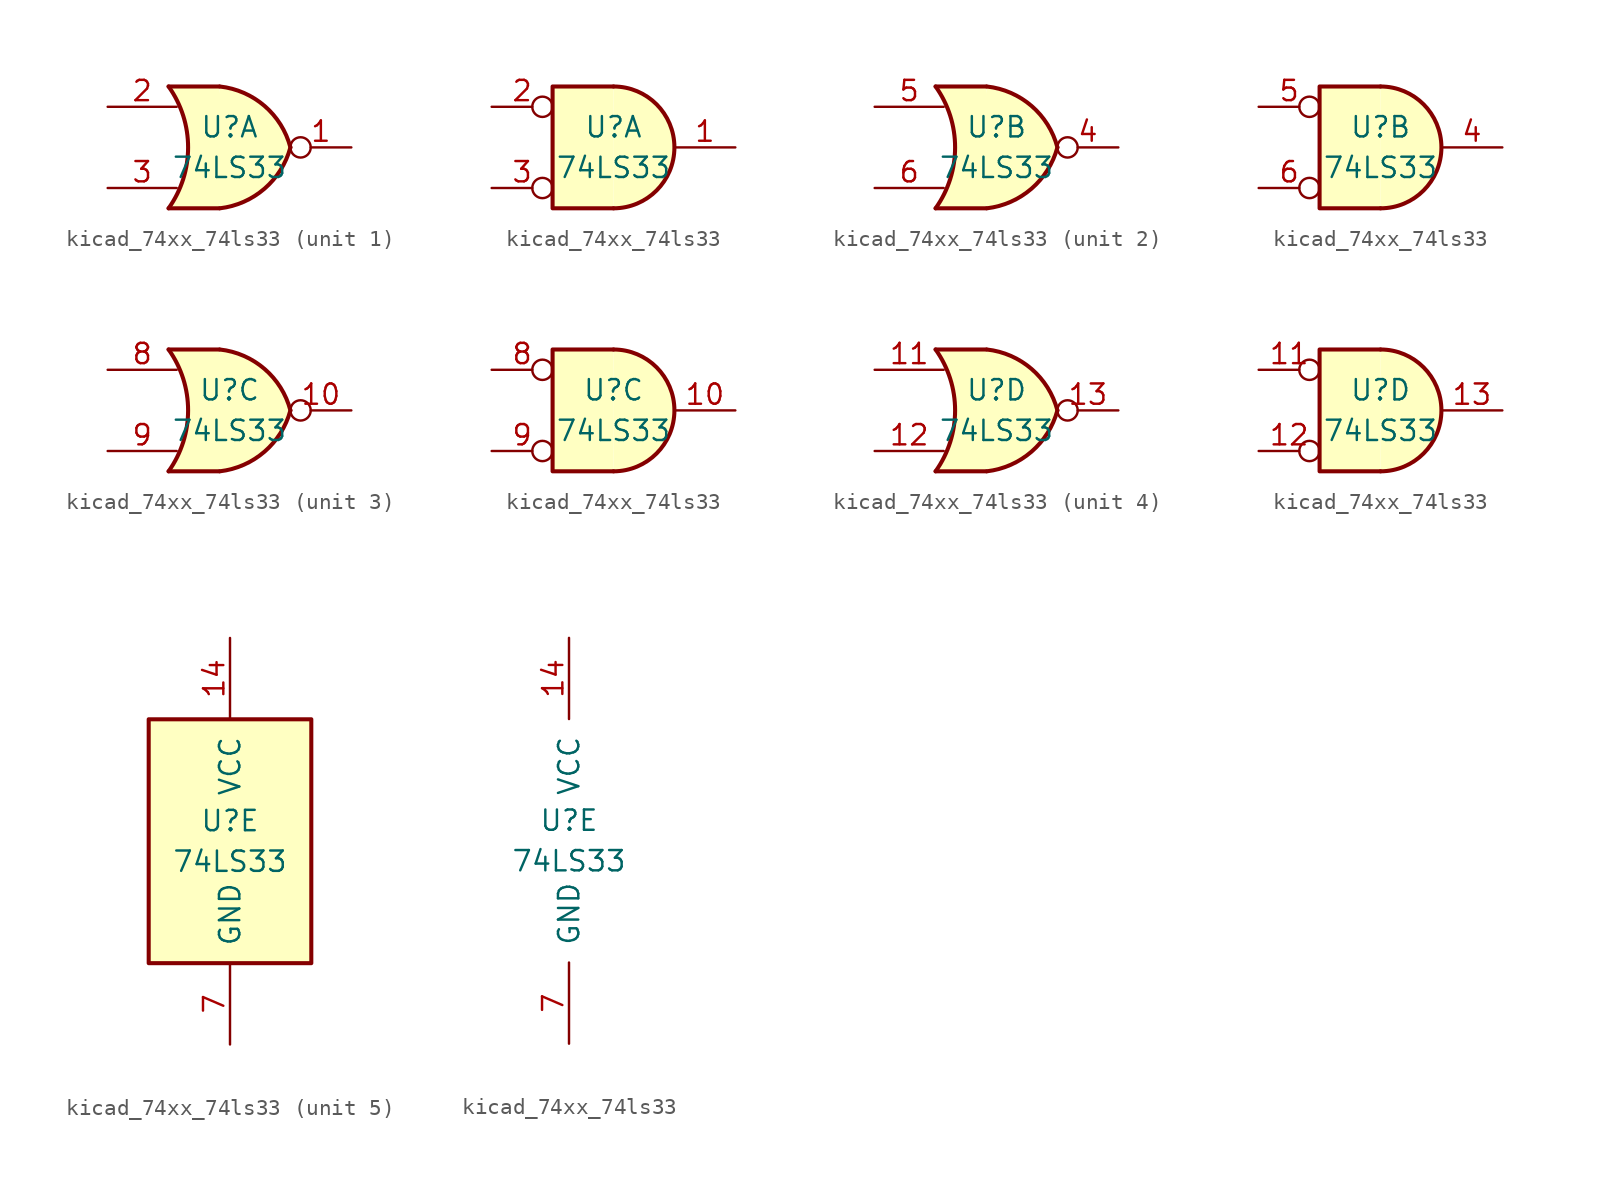
<source format=kicad_sym>
(kicad_symbol_lib
  (version 20220914)
  (generator kicad_symbol_editor)
  (symbol "kicad_74xx_74ls33"
    (pin_names
      (offset 1.016))
    (property "Reference" "U"
      (at 0 1.27 0)
      (effects (font (size 1.27 1.27))))
    (property "Value" "74LS33"
      (at 0 -1.27 0)
      (effects (font (size 1.27 1.27))))
    (property "ki_locked" ""
      (at 0 0 0)
      (effects (font (size 1.27 1.27))))
    (symbol "kicad_74xx_74ls33_1_1"
      (arc (start -3.81 -3.81) (mid -2.589 0) (end -3.81 3.81) (stroke (width 0.254) (type default)) (fill (type none)))
      (arc (start -0.6096 -3.81) (mid 2.1842 -2.5851) (end 3.81 0) (stroke (width 0.254) (type default)) (fill (type background)))
      (polyline (pts (xy -3.81 -3.81) (xy -0.635 -3.81)) (stroke (width 0.254) (type default)) (fill (type background)))
      (polyline (pts (xy -3.81 3.81) (xy -0.635 3.81)) (stroke (width 0.254) (type default)) (fill (type background)))
      (polyline (pts (xy -0.635 3.81) (xy -3.81 3.81) (xy -3.81 3.81) (xy -3.556 3.404) (xy -3.023 2.261) (xy -2.692 1.041) (xy -2.616 -0.254) (xy -2.769 -1.499) (xy -3.175 -2.718) (xy -3.81 -3.81) (xy -3.81 -3.81) (xy -0.635 -3.81)) (stroke (width -25.4) (type default)) (fill (type background)))
      (arc (start 3.81 0) (mid 2.1915 2.5936) (end -0.6096 3.81) (stroke (width 0.254) (type default)) (fill (type background)))
      (pin open_collector inverted (at 7.62 0 180) (length 3.81) (name "~" (effects (font (size 1.27 1.27)))) (number "1" (effects (font (size 1.27 1.27)))))
      (pin input line (at -7.62 2.54 0) (length 4.318) (name "~" (effects (font (size 1.27 1.27)))) (number "2" (effects (font (size 1.27 1.27)))))
      (pin input line (at -7.62 -2.54 0) (length 4.318) (name "~" (effects (font (size 1.27 1.27)))) (number "3" (effects (font (size 1.27 1.27))))))
    (symbol "kicad_74xx_74ls33_1_2"
      (arc (start 0 -3.81) (mid 3.7934 0) (end 0 3.81) (stroke (width 0.254) (type default)) (fill (type background)))
      (polyline (pts (xy 0 3.81) (xy -3.81 3.81) (xy -3.81 -3.81) (xy 0 -3.81)) (stroke (width 0.254) (type default)) (fill (type background)))
      (pin open_collector line (at 7.62 0 180) (length 3.81) (name "~" (effects (font (size 1.27 1.27)))) (number "1" (effects (font (size 1.27 1.27)))))
      (pin input inverted (at -7.62 2.54 0) (length 3.81) (name "~" (effects (font (size 1.27 1.27)))) (number "2" (effects (font (size 1.27 1.27)))))
      (pin input inverted (at -7.62 -2.54 0) (length 3.81) (name "~" (effects (font (size 1.27 1.27)))) (number "3" (effects (font (size 1.27 1.27))))))
    (symbol "kicad_74xx_74ls33_2_1"
      (arc (start -3.81 -3.81) (mid -2.589 0) (end -3.81 3.81) (stroke (width 0.254) (type default)) (fill (type none)))
      (arc (start -0.6096 -3.81) (mid 2.1842 -2.5851) (end 3.81 0) (stroke (width 0.254) (type default)) (fill (type background)))
      (polyline (pts (xy -3.81 -3.81) (xy -0.635 -3.81)) (stroke (width 0.254) (type default)) (fill (type background)))
      (polyline (pts (xy -3.81 3.81) (xy -0.635 3.81)) (stroke (width 0.254) (type default)) (fill (type background)))
      (polyline (pts (xy -0.635 3.81) (xy -3.81 3.81) (xy -3.81 3.81) (xy -3.556 3.404) (xy -3.023 2.261) (xy -2.692 1.041) (xy -2.616 -0.254) (xy -2.769 -1.499) (xy -3.175 -2.718) (xy -3.81 -3.81) (xy -3.81 -3.81) (xy -0.635 -3.81)) (stroke (width -25.4) (type default)) (fill (type background)))
      (arc (start 3.81 0) (mid 2.1915 2.5936) (end -0.6096 3.81) (stroke (width 0.254) (type default)) (fill (type background)))
      (pin open_collector inverted (at 7.62 0 180) (length 3.81) (name "~" (effects (font (size 1.27 1.27)))) (number "4" (effects (font (size 1.27 1.27)))))
      (pin input line (at -7.62 2.54 0) (length 4.318) (name "~" (effects (font (size 1.27 1.27)))) (number "5" (effects (font (size 1.27 1.27)))))
      (pin input line (at -7.62 -2.54 0) (length 4.318) (name "~" (effects (font (size 1.27 1.27)))) (number "6" (effects (font (size 1.27 1.27))))))
    (symbol "kicad_74xx_74ls33_2_2"
      (arc (start 0 -3.81) (mid 3.7934 0) (end 0 3.81) (stroke (width 0.254) (type default)) (fill (type background)))
      (polyline (pts (xy 0 3.81) (xy -3.81 3.81) (xy -3.81 -3.81) (xy 0 -3.81)) (stroke (width 0.254) (type default)) (fill (type background)))
      (pin open_collector line (at 7.62 0 180) (length 3.81) (name "~" (effects (font (size 1.27 1.27)))) (number "4" (effects (font (size 1.27 1.27)))))
      (pin input inverted (at -7.62 2.54 0) (length 3.81) (name "~" (effects (font (size 1.27 1.27)))) (number "5" (effects (font (size 1.27 1.27)))))
      (pin input inverted (at -7.62 -2.54 0) (length 3.81) (name "~" (effects (font (size 1.27 1.27)))) (number "6" (effects (font (size 1.27 1.27))))))
    (symbol "kicad_74xx_74ls33_3_1"
      (arc (start -3.81 -3.81) (mid -2.589 0) (end -3.81 3.81) (stroke (width 0.254) (type default)) (fill (type none)))
      (arc (start -0.6096 -3.81) (mid 2.1842 -2.5851) (end 3.81 0) (stroke (width 0.254) (type default)) (fill (type background)))
      (polyline (pts (xy -3.81 -3.81) (xy -0.635 -3.81)) (stroke (width 0.254) (type default)) (fill (type background)))
      (polyline (pts (xy -3.81 3.81) (xy -0.635 3.81)) (stroke (width 0.254) (type default)) (fill (type background)))
      (polyline (pts (xy -0.635 3.81) (xy -3.81 3.81) (xy -3.81 3.81) (xy -3.556 3.404) (xy -3.023 2.261) (xy -2.692 1.041) (xy -2.616 -0.254) (xy -2.769 -1.499) (xy -3.175 -2.718) (xy -3.81 -3.81) (xy -3.81 -3.81) (xy -0.635 -3.81)) (stroke (width -25.4) (type default)) (fill (type background)))
      (arc (start 3.81 0) (mid 2.1915 2.5936) (end -0.6096 3.81) (stroke (width 0.254) (type default)) (fill (type background)))
      (pin open_collector inverted (at 7.62 0 180) (length 3.81) (name "~" (effects (font (size 1.27 1.27)))) (number "10" (effects (font (size 1.27 1.27)))))
      (pin input line (at -7.62 2.54 0) (length 4.318) (name "~" (effects (font (size 1.27 1.27)))) (number "8" (effects (font (size 1.27 1.27)))))
      (pin input line (at -7.62 -2.54 0) (length 4.318) (name "~" (effects (font (size 1.27 1.27)))) (number "9" (effects (font (size 1.27 1.27))))))
    (symbol "kicad_74xx_74ls33_3_2"
      (arc (start 0 -3.81) (mid 3.7934 0) (end 0 3.81) (stroke (width 0.254) (type default)) (fill (type background)))
      (polyline (pts (xy 0 3.81) (xy -3.81 3.81) (xy -3.81 -3.81) (xy 0 -3.81)) (stroke (width 0.254) (type default)) (fill (type background)))
      (pin open_collector line (at 7.62 0 180) (length 3.81) (name "~" (effects (font (size 1.27 1.27)))) (number "10" (effects (font (size 1.27 1.27)))))
      (pin input inverted (at -7.62 2.54 0) (length 3.81) (name "~" (effects (font (size 1.27 1.27)))) (number "8" (effects (font (size 1.27 1.27)))))
      (pin input inverted (at -7.62 -2.54 0) (length 3.81) (name "~" (effects (font (size 1.27 1.27)))) (number "9" (effects (font (size 1.27 1.27))))))
    (symbol "kicad_74xx_74ls33_4_1"
      (arc (start -3.81 -3.81) (mid -2.589 0) (end -3.81 3.81) (stroke (width 0.254) (type default)) (fill (type none)))
      (arc (start -0.6096 -3.81) (mid 2.1842 -2.5851) (end 3.81 0) (stroke (width 0.254) (type default)) (fill (type background)))
      (polyline (pts (xy -3.81 -3.81) (xy -0.635 -3.81)) (stroke (width 0.254) (type default)) (fill (type background)))
      (polyline (pts (xy -3.81 3.81) (xy -0.635 3.81)) (stroke (width 0.254) (type default)) (fill (type background)))
      (polyline (pts (xy -0.635 3.81) (xy -3.81 3.81) (xy -3.81 3.81) (xy -3.556 3.404) (xy -3.023 2.261) (xy -2.692 1.041) (xy -2.616 -0.254) (xy -2.769 -1.499) (xy -3.175 -2.718) (xy -3.81 -3.81) (xy -3.81 -3.81) (xy -0.635 -3.81)) (stroke (width -25.4) (type default)) (fill (type background)))
      (arc (start 3.81 0) (mid 2.1915 2.5936) (end -0.6096 3.81) (stroke (width 0.254) (type default)) (fill (type background)))
      (pin input line (at -7.62 2.54 0) (length 4.318) (name "~" (effects (font (size 1.27 1.27)))) (number "11" (effects (font (size 1.27 1.27)))))
      (pin input line (at -7.62 -2.54 0) (length 4.318) (name "~" (effects (font (size 1.27 1.27)))) (number "12" (effects (font (size 1.27 1.27)))))
      (pin open_collector inverted (at 7.62 0 180) (length 3.81) (name "~" (effects (font (size 1.27 1.27)))) (number "13" (effects (font (size 1.27 1.27))))))
    (symbol "kicad_74xx_74ls33_4_2"
      (arc (start 0 -3.81) (mid 3.7934 0) (end 0 3.81) (stroke (width 0.254) (type default)) (fill (type background)))
      (polyline (pts (xy 0 3.81) (xy -3.81 3.81) (xy -3.81 -3.81) (xy 0 -3.81)) (stroke (width 0.254) (type default)) (fill (type background)))
      (pin input inverted (at -7.62 2.54 0) (length 3.81) (name "~" (effects (font (size 1.27 1.27)))) (number "11" (effects (font (size 1.27 1.27)))))
      (pin input inverted (at -7.62 -2.54 0) (length 3.81) (name "~" (effects (font (size 1.27 1.27)))) (number "12" (effects (font (size 1.27 1.27)))))
      (pin open_collector line (at 7.62 0 180) (length 3.81) (name "~" (effects (font (size 1.27 1.27)))) (number "13" (effects (font (size 1.27 1.27))))))
    (symbol "kicad_74xx_74ls33_5_0"
      (pin power_in line (at 0 12.7 270) (length 5.08) (name "VCC" (effects (font (size 1.27 1.27)))) (number "14" (effects (font (size 1.27 1.27)))))
      (pin power_in line (at 0 -12.7 90) (length 5.08) (name "GND" (effects (font (size 1.27 1.27)))) (number "7" (effects (font (size 1.27 1.27))))))
    (symbol "kicad_74xx_74ls33_5_1"
      (rectangle (start -5.08 7.62) (end 5.08 -7.62) (stroke (width 0.254) (type default)) (fill (type background))))))
</source>
